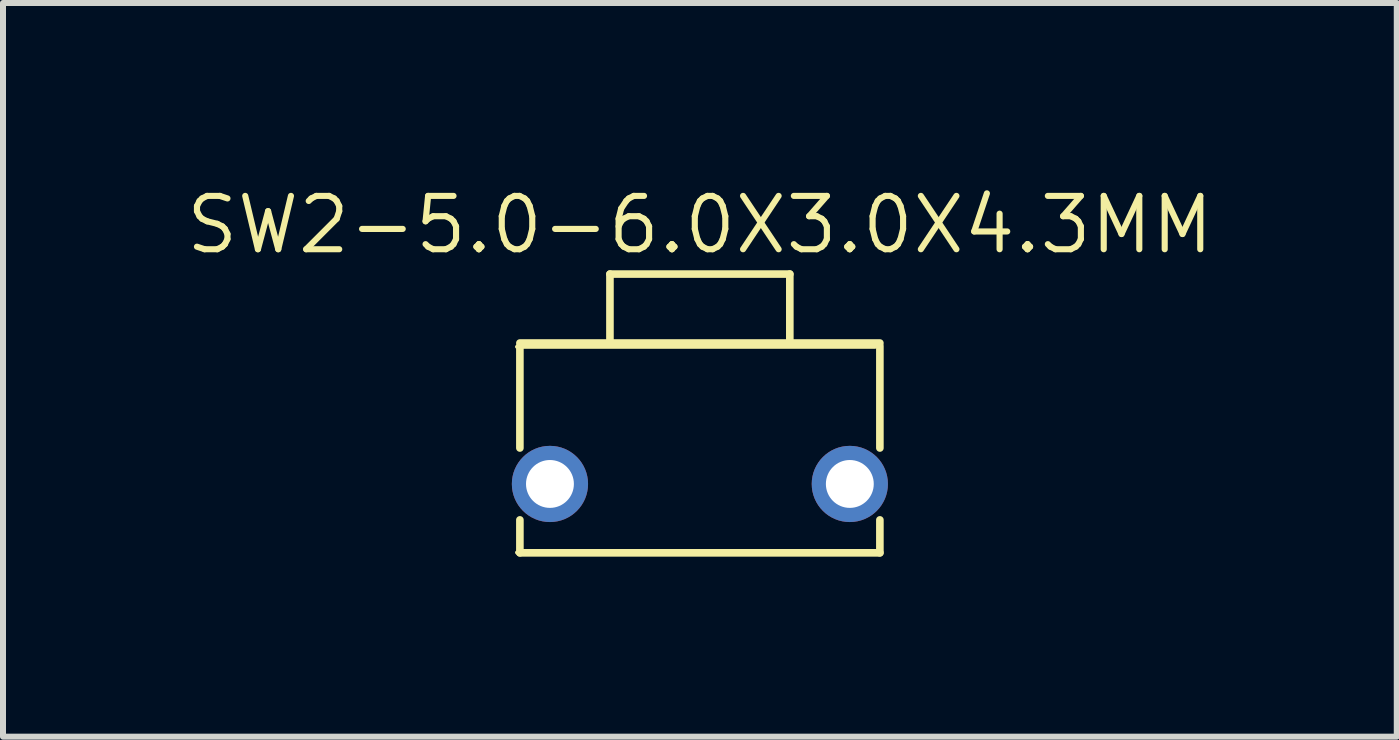
<source format=kicad_pcb>
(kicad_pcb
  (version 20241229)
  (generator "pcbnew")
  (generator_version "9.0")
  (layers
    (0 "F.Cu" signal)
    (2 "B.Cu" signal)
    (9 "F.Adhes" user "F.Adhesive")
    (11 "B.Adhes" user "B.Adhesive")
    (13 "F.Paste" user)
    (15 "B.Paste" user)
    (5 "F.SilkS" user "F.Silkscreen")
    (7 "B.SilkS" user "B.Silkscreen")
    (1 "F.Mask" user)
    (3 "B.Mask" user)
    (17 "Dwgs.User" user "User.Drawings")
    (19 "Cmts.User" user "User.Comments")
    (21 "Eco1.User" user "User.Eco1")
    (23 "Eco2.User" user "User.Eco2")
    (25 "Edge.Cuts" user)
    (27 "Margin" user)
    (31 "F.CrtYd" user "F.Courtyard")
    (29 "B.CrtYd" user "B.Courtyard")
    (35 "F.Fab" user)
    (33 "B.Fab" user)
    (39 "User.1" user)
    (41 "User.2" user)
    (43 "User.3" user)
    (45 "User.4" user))
  (footprint "SW2-5.0-6.0X3.0X4.3MM"
    (layer "F.Cu")
    (at 8.615 5.016)
    (property "Reference" "SW2-5.0-6.0X3.0X4.3MM" (at 0 -4.318 0) (layer "F.SilkS") (effects (font (size 0.889 0.889) (thickness 0.102))))
    (attr exclude_from_pos_files exclude_from_bom)
    (fp_line (start -3.048 -2.286) (end 2.921 -2.286) (stroke (width 0.066) (type solid)) (layer "F.SilkS"))
    (fp_line (start -3.048 1.143) (end 2.921 1.143) (stroke (width 0.066) (type solid)) (layer "F.SilkS"))
    (fp_line (start -3 -2.349) (end -1.499 -2.349) (stroke (width 0.127) (type solid)) (layer "F.SilkS"))
    (fp_line (start -3 -2.299) (end -3 -0.599) (stroke (width 0.127) (type solid)) (layer "F.SilkS"))
    (fp_line (start -3 1.148) (end -3 0.599) (stroke (width 0.127) (type solid)) (layer "F.SilkS"))
    (fp_line (start -3 1.148) (end 3 1.148) (stroke (width 0.127) (type solid)) (layer "F.SilkS"))
    (fp_line (start -1.499 -3.498) (end 1.499 -3.498) (stroke (width 0.127) (type solid)) (layer "F.SilkS"))
    (fp_line (start -1.499 -2.349) (end -1.499 -3.498) (stroke (width 0.127) (type solid)) (layer "F.SilkS"))
    (fp_line (start -1.499 -2.349) (end 1.499 -2.349) (stroke (width 0.127) (type solid)) (layer "F.SilkS"))
    (fp_line (start 1.499 -3.498) (end 1.499 -2.349) (stroke (width 0.127) (type solid)) (layer "F.SilkS"))
    (fp_line (start 1.499 -2.349) (end 3 -2.349) (stroke (width 0.127) (type solid)) (layer "F.SilkS"))
    (fp_line (start 3 -2.299) (end 3 -0.599) (stroke (width 0.127) (type solid)) (layer "F.SilkS"))
    (fp_line (start 3 1.148) (end 3 0.599) (stroke (width 0.127) (type solid)) (layer "F.SilkS"))
    (pad "1" thru_hole circle (at -2.499 0) (size 1.27 1.27) (drill 0.798) (layers "*.Cu" "*.Mask"))
    (pad "2" thru_hole circle (at 2.499 0) (size 1.27 1.27) (drill 0.798) (layers "*.Cu" "*.Mask")))
  (gr_rect
    (start -3 -3)
    (end 20.23 9.228)
    (stroke (width 0.1) (type default))
    (fill no)
    (layer "Edge.Cuts")))
</source>
